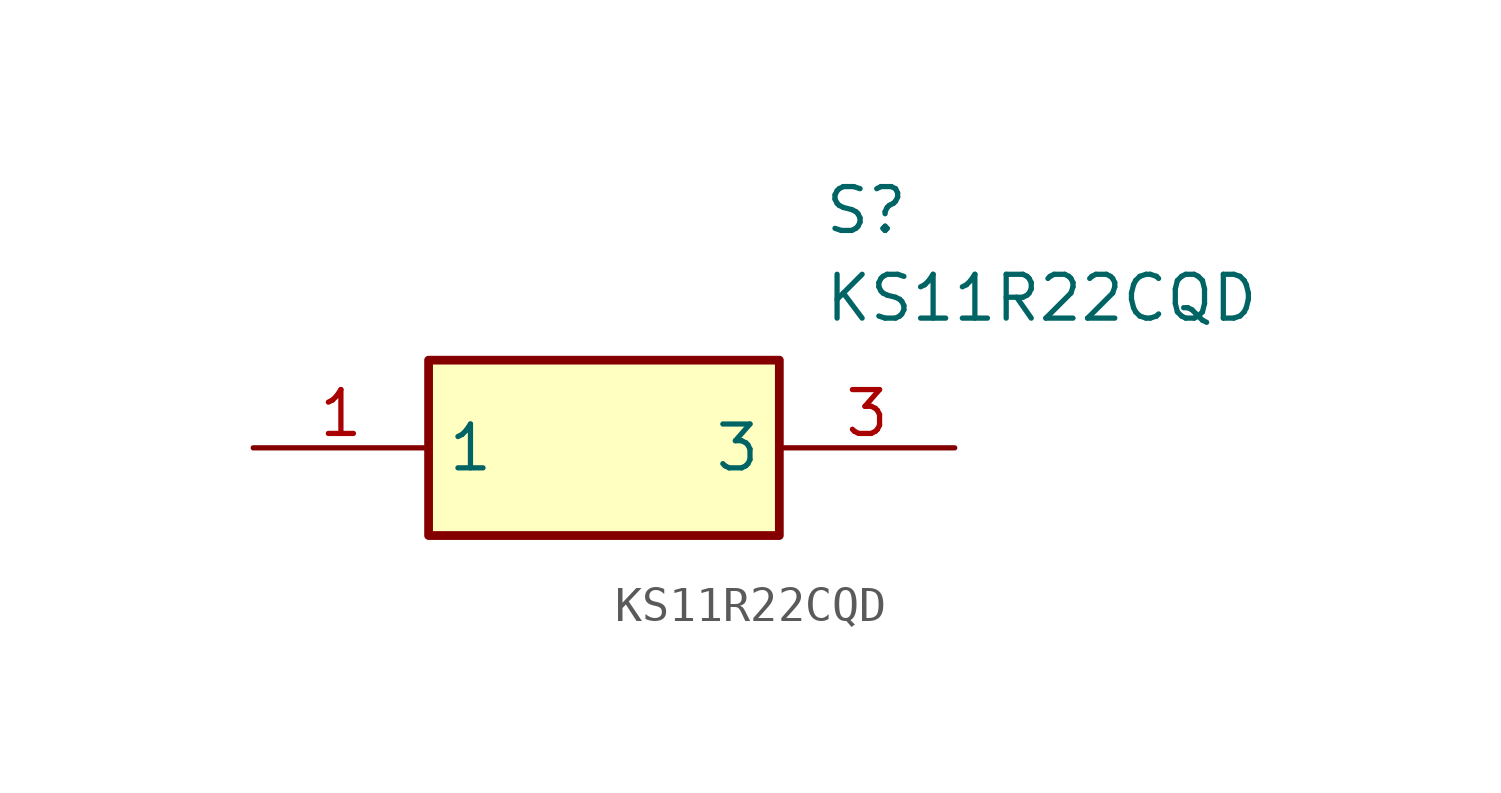
<source format=kicad_sym>
(kicad_symbol_lib
  (version 20211014)
  (generator SamacSys_ECAD_Model)
  (symbol "KS11R22CQD"
    (property "Reference" "S"
      (at 16.51 7.62 0)
      (effects (font (size 1.27 1.27)) (justify left top)))
    (property "Value" "KS11R22CQD"
      (at 16.51 5.08 0)
      (effects (font (size 1.27 1.27)) (justify left top)))
    (rectangle
      (start 5.08 2.54)
      (end 15.24 -2.54)
      (stroke (width 0.254) (type default))
      (fill (type background)))
    (pin passive line
      (at 0 0 0)
      (length 5.08)
      (name "1" (effects (font (size 1.27 1.27))))
      (number "1" (effects (font (size 1.27 1.27)))))
    (pin passive line
      (at 20.32 0 180)
      (length 5.08)
      (name "3" (effects (font (size 1.27 1.27))))
      (number "3" (effects (font (size 1.27 1.27)))))))
</source>
